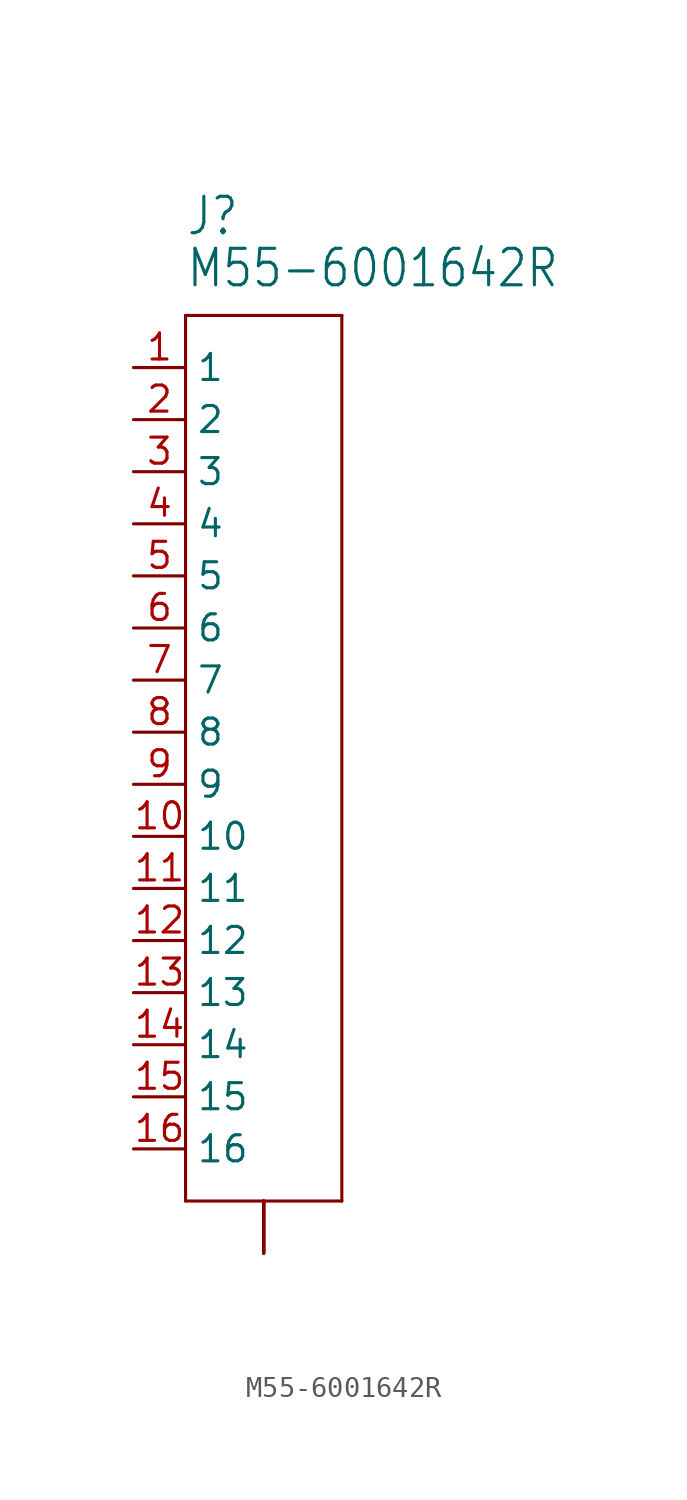
<source format=kicad_sym>
(kicad_symbol_lib
  (version 20211014)
  (generator kicad_symbol_editor)
  (symbol "M55-6001642R"
    (property "Reference" "J"
      (at -5.08 24.13 0)
      (effects (font (size 1.778 1.511)) (justify left bottom)))
    (property "Value" "M55-6001642R"
      (at -5.08 21.59 0)
      (effects (font (size 1.778 1.511)) (justify left bottom)))
    (property "ki_locked" ""
      (at 0 0 0)
      (effects (font (size 1.27 1.27))))
    (symbol "M55-6001642R_1_0"
      (polyline (pts (xy -5.08 -22.86) (xy 2.54 -22.86)) (stroke (width 0.152) (type default) (color 0 0 0 0)) (fill (type none)))
      (polyline (pts (xy -5.08 20.32) (xy -5.08 -22.86)) (stroke (width 0.152) (type default) (color 0 0 0 0)) (fill (type none)))
      (polyline (pts (xy 2.54 -22.86) (xy 2.54 20.32)) (stroke (width 0.152) (type default) (color 0 0 0 0)) (fill (type none)))
      (polyline (pts (xy 2.54 20.32) (xy -5.08 20.32)) (stroke (width 0.152) (type default) (color 0 0 0 0)) (fill (type none)))
      (pin passive line (at -7.62 17.78 0) (length 2.54) (name "1" (effects (font (size 1.27 1.27)))) (number "1" (effects (font (size 1.27 1.27)))))
      (pin passive line (at -7.62 -5.08 0) (length 2.54) (name "10" (effects (font (size 1.27 1.27)))) (number "10" (effects (font (size 1.27 1.27)))))
      (pin passive line (at -7.62 -7.62 0) (length 2.54) (name "11" (effects (font (size 1.27 1.27)))) (number "11" (effects (font (size 1.27 1.27)))))
      (pin passive line (at -7.62 -10.16 0) (length 2.54) (name "12" (effects (font (size 1.27 1.27)))) (number "12" (effects (font (size 1.27 1.27)))))
      (pin passive line (at -7.62 -12.7 0) (length 2.54) (name "13" (effects (font (size 1.27 1.27)))) (number "13" (effects (font (size 1.27 1.27)))))
      (pin passive line (at -7.62 -15.24 0) (length 2.54) (name "14" (effects (font (size 1.27 1.27)))) (number "14" (effects (font (size 1.27 1.27)))))
      (pin passive line (at -7.62 -17.78 0) (length 2.54) (name "15" (effects (font (size 1.27 1.27)))) (number "15" (effects (font (size 1.27 1.27)))))
      (pin passive line (at -7.62 -20.32 0) (length 2.54) (name "16" (effects (font (size 1.27 1.27)))) (number "16" (effects (font (size 1.27 1.27)))))
      (pin passive line (at -1.27 -25.4 90) (length 2.54) (name "17" (effects (font (size 0 0)))) (number "19" (effects (font (size 0 0)))))
      (pin passive line (at -7.62 15.24 0) (length 2.54) (name "2" (effects (font (size 1.27 1.27)))) (number "2" (effects (font (size 1.27 1.27)))))
      (pin passive line (at -1.27 -25.4 90) (length 2.54) (name "17" (effects (font (size 0 0)))) (number "20" (effects (font (size 0 0)))))
      (pin passive line (at -1.27 -25.4 90) (length 2.54) (name "17" (effects (font (size 0 0)))) (number "21" (effects (font (size 0 0)))))
      (pin passive line (at -1.27 -25.4 90) (length 2.54) (name "17" (effects (font (size 0 0)))) (number "22" (effects (font (size 0 0)))))
      (pin passive line (at -7.62 12.7 0) (length 2.54) (name "3" (effects (font (size 1.27 1.27)))) (number "3" (effects (font (size 1.27 1.27)))))
      (pin passive line (at -7.62 10.16 0) (length 2.54) (name "4" (effects (font (size 1.27 1.27)))) (number "4" (effects (font (size 1.27 1.27)))))
      (pin passive line (at -7.62 7.62 0) (length 2.54) (name "5" (effects (font (size 1.27 1.27)))) (number "5" (effects (font (size 1.27 1.27)))))
      (pin passive line (at -7.62 5.08 0) (length 2.54) (name "6" (effects (font (size 1.27 1.27)))) (number "6" (effects (font (size 1.27 1.27)))))
      (pin passive line (at -7.62 2.54 0) (length 2.54) (name "7" (effects (font (size 1.27 1.27)))) (number "7" (effects (font (size 1.27 1.27)))))
      (pin passive line (at -7.62 0 0) (length 2.54) (name "8" (effects (font (size 1.27 1.27)))) (number "8" (effects (font (size 1.27 1.27)))))
      (pin passive line (at -7.62 -2.54 0) (length 2.54) (name "9" (effects (font (size 1.27 1.27)))) (number "9" (effects (font (size 1.27 1.27))))))))
</source>
